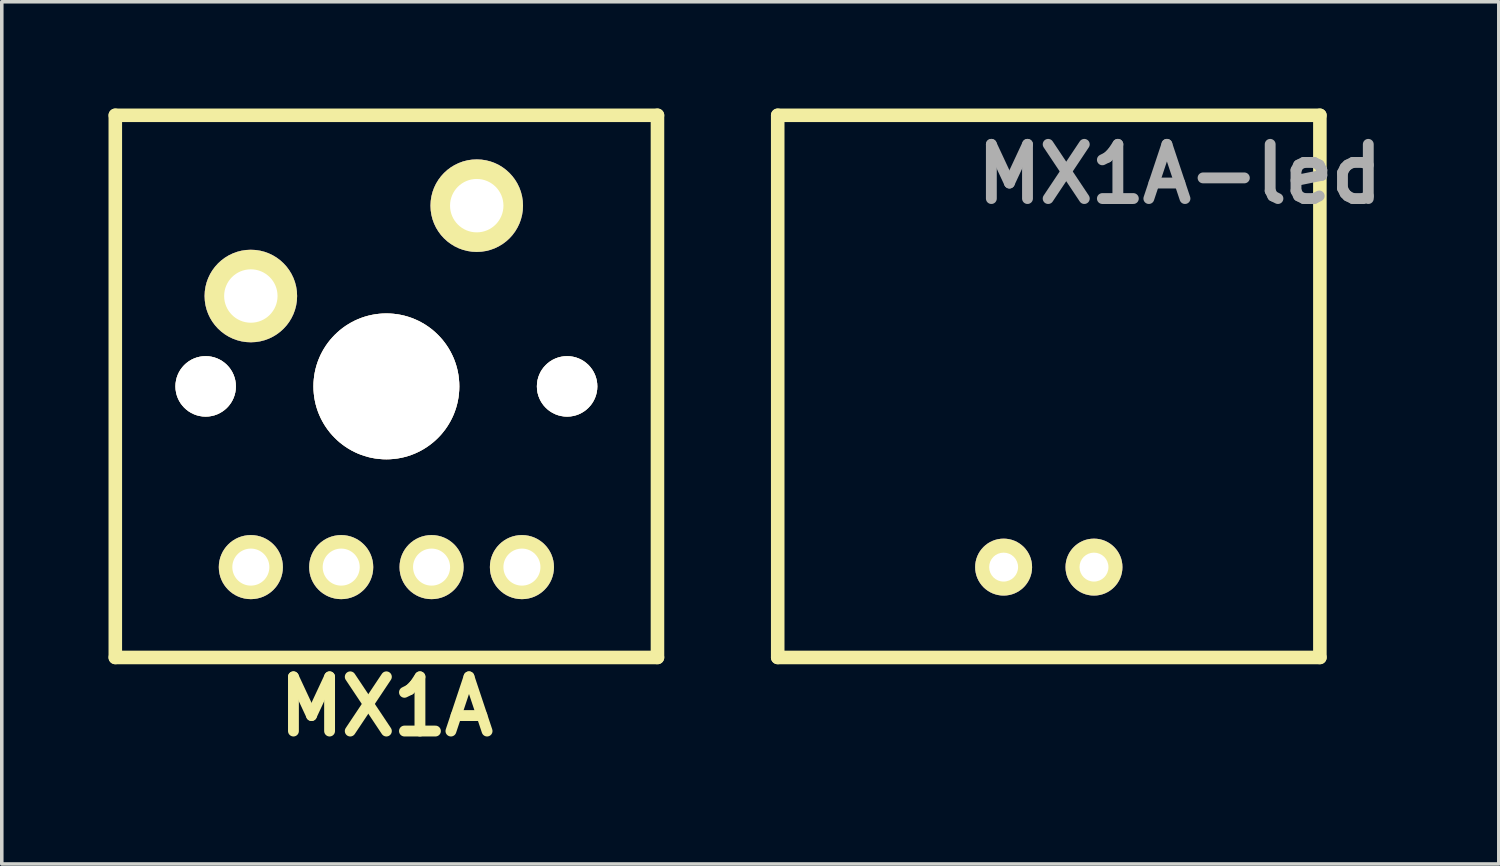
<source format=kicad_pcb>
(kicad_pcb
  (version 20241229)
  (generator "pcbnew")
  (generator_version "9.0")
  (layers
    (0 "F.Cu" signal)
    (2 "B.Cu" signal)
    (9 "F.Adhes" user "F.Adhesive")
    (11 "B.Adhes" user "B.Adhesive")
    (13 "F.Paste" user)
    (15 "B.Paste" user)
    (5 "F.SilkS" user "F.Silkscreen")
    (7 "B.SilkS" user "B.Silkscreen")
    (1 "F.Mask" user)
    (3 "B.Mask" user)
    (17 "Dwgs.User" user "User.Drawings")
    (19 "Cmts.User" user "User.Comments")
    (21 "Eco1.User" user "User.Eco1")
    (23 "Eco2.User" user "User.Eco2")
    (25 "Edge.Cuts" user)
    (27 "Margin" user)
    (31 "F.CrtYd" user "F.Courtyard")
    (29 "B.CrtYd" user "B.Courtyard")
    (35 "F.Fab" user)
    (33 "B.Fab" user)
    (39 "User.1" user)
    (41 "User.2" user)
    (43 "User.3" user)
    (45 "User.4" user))
  (footprint "MX1A-led"
    (layer "F.Cu")
    (at 26.431 7.811)
    (property "Reference" "MX1A-led" (at 3.683 -5.969 0) (layer "F.Fab") (effects (font (size 1.524 1.524) (thickness 0.305))))
    (attr through_hole)
    (fp_line (start -7.62 -7.62) (end 7.62 -7.62) (stroke (width 0.381) (type solid)) (layer "F.SilkS"))
    (fp_line (start -7.62 7.62) (end -7.62 -7.62) (stroke (width 0.381) (type solid)) (layer "F.SilkS"))
    (fp_line (start 7.62 -7.62) (end 7.62 7.62) (stroke (width 0.381) (type solid)) (layer "F.SilkS"))
    (fp_line (start 7.62 7.62) (end -7.62 7.62) (stroke (width 0.381) (type solid)) (layer "F.SilkS"))
    (pad "1" thru_hole circle (at -1.27 5.08) (size 1.6 1.6) (drill 0.813) (layers "*.Cu" "*.Mask" "F.SilkS"))
    (pad "2" thru_hole circle (at 1.27 5.08) (size 1.6 1.6) (drill 0.813) (layers "*.Cu" "*.Mask" "F.SilkS")))
  (footprint "MX1A"
    (layer "F.Cu")
    (at 7.811 7.811)
    (property "Reference" "MX1A" (at 0 8.999 0) (layer "F.SilkS") (effects (font (size 1.524 1.524) (thickness 0.305))))
    (attr through_hole)
    (fp_line (start -7.62 -7.62) (end 7.62 -7.62) (stroke (width 0.381) (type solid)) (layer "F.SilkS"))
    (fp_line (start -7.62 7.62) (end -7.62 -7.62) (stroke (width 0.381) (type solid)) (layer "F.SilkS"))
    (fp_line (start 7.62 -7.62) (end 7.62 7.62) (stroke (width 0.381) (type solid)) (layer "F.SilkS"))
    (fp_line (start 7.62 7.62) (end -7.62 7.62) (stroke (width 0.381) (type solid)) (layer "F.SilkS"))
    (pad "" thru_hole circle (at -5.08 0) (size 1.699 1.699) (drill 1.699) (layers "*.Cu" "*.Mask" "F.SilkS"))
    (pad "" thru_hole circle (at 5.08 0) (size 1.699 1.699) (drill 1.699) (layers "*.Cu" "*.Mask" "F.SilkS"))
    (pad "0" thru_hole circle (at 0 0) (size 4.1 4.1) (drill 4.1) (layers "*.Cu" "*.Mask" "F.SilkS"))
    (pad "1" thru_hole circle (at -3.81 -2.54) (size 2.601 2.601) (drill 1.501) (layers "*.Cu" "*.Mask" "F.SilkS"))
    (pad "2" thru_hole circle (at 2.54 -5.08) (size 2.601 2.601) (drill 1.501) (layers "*.Cu" "*.Mask" "F.SilkS"))
    (pad "3" thru_hole circle (at 3.81 5.08) (size 1.801 1.801) (drill 1.041) (layers "*.Cu" "*.Mask" "F.SilkS"))
    (pad "4" thru_hole circle (at -3.81 5.08) (size 1.801 1.801) (drill 1.041) (layers "*.Cu" "*.Mask" "F.SilkS"))
    (pad "5" thru_hole circle (at 1.27 5.08) (size 1.801 1.801) (drill 1.041) (layers "*.Cu" "*.Mask" "F.SilkS"))
    (pad "6" thru_hole circle (at -1.27 5.08) (size 1.801 1.801) (drill 1.041) (layers "*.Cu" "*.Mask" "F.SilkS")))
  (gr_rect
    (start -3 -3)
    (end 39.08 21.236)
    (stroke (width 0.1) (type default))
    (fill no)
    (layer "Edge.Cuts")))
</source>
